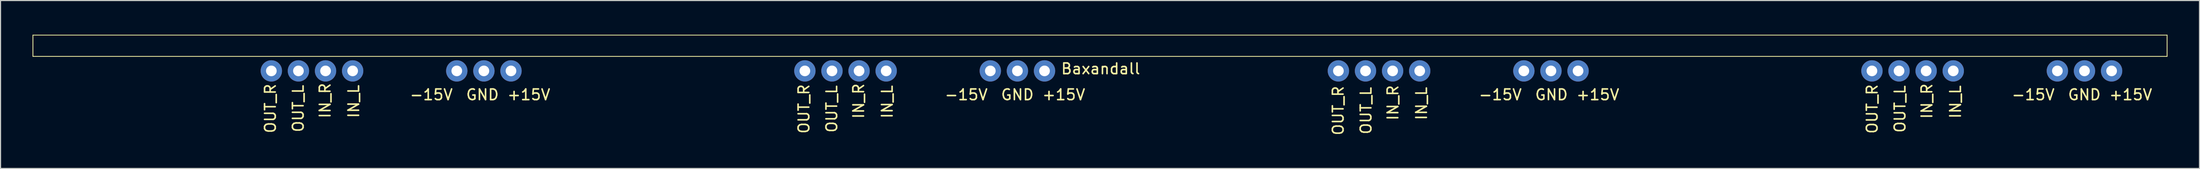
<source format=kicad_pcb>
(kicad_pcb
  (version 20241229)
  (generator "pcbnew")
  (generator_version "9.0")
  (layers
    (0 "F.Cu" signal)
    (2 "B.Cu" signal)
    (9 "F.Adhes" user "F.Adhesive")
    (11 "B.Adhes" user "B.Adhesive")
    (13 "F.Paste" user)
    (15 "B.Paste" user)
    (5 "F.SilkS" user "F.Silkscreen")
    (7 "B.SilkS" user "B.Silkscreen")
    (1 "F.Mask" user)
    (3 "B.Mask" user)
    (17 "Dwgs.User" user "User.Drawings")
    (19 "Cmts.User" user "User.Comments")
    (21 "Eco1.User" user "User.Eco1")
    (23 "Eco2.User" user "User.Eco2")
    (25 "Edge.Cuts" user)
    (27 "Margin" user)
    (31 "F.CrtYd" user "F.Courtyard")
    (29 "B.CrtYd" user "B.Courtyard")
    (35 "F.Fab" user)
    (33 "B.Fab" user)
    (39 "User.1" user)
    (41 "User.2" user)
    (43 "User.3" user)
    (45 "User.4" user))
  (footprint "Baxandall"
    (layer "F.Cu")
    (at 100.037 0.25)
    (property "Reference" "Baxandall" (at 0.06 3.16 0) (layer "F.SilkS") (effects (font (size 1 1) (thickness 0.15))))
    (attr through_hole)
    (fp_line (start -100 0) (end -100 2) (stroke (width 0.075) (type solid)) (layer "F.SilkS"))
    (fp_line (start -100 0) (end 100 0) (stroke (width 0.075) (type solid)) (layer "F.SilkS"))
    (fp_line (start -100 2) (end 100 2) (stroke (width 0.075) (type solid)) (layer "F.SilkS"))
    (fp_line (start 100 0) (end 100 2) (stroke (width 0.075) (type solid)) (layer "F.SilkS"))
    (fp_text user "-15V" (at 37.51 5.6 0) (layer "F.SilkS") (effects (font (size 1 1) (thickness 0.15))))
    (fp_text user "OUT_R" (at -77.75 6.89 90) (layer "F.SilkS") (effects (font (size 1 1) (thickness 0.15))))
    (fp_text user "IN_L" (at -19.94 6.26 90) (layer "F.SilkS") (effects (font (size 1 1) (thickness 0.15))))
    (fp_text user "IN_L" (at 30.13 6.42 90) (layer "F.SilkS") (effects (font (size 1 1) (thickness 0.15))))
    (fp_text user "-15V" (at -62.67 5.6 0) (layer "F.SilkS") (effects (font (size 1 1) (thickness 0.15))))
    (fp_text user "+15V" (at -53.53 5.6 0) (layer "F.SilkS") (effects (font (size 1 1) (thickness 0.15))))
    (fp_text user "IN_R" (at -72.62 6.15 90) (layer "F.SilkS") (effects (font (size 1 1) (thickness 0.15))))
    (fp_text user "GND" (at -7.74 5.6 0) (layer "F.SilkS") (effects (font (size 1 1) (thickness 0.15))))
    (fp_text user "OUT_R" (at 22.32 7.09 90) (layer "F.SilkS") (effects (font (size 1 1) (thickness 0.15))))
    (fp_text user "+15V" (at -3.4 5.6 0) (layer "F.SilkS") (effects (font (size 1 1) (thickness 0.15))))
    (fp_text user "GND" (at 92.25 5.6 0) (layer "F.SilkS") (effects (font (size 1 1) (thickness 0.15))))
    (fp_text user "OUT_L" (at 74.97 6.94 90) (layer "F.SilkS") (effects (font (size 1 1) (thickness 0.15))))
    (fp_text user "IN_R" (at -22.62 6.19 90) (layer "F.SilkS") (effects (font (size 1 1) (thickness 0.15))))
    (fp_text user "-15V" (at -12.54 5.6 0) (layer "F.SilkS") (effects (font (size 1 1) (thickness 0.15))))
    (fp_text user "OUT_L" (at 24.93 7.09 90) (layer "F.SilkS") (effects (font (size 1 1) (thickness 0.15))))
    (fp_text user "IN_L" (at 80.17 6.27 90) (layer "F.SilkS") (effects (font (size 1 1) (thickness 0.15))))
    (fp_text user "GND" (at 42.31 5.6 0) (layer "F.SilkS") (effects (font (size 1 1) (thickness 0.15))))
    (fp_text user "-15V" (at 87.45 5.6 0) (layer "F.SilkS") (effects (font (size 1 1) (thickness 0.15))))
    (fp_text user "OUT_L" (at -75.14 6.89 90) (layer "F.SilkS") (effects (font (size 1 1) (thickness 0.15))))
    (fp_text user "OUT_R" (at 72.36 6.94 90) (layer "F.SilkS") (effects (font (size 1 1) (thickness 0.15))))
    (fp_text user "+15V" (at 46.65 5.6 0) (layer "F.SilkS") (effects (font (size 1 1) (thickness 0.15))))
    (fp_text user "OUT_L" (at -25.14 6.93 90) (layer "F.SilkS") (effects (font (size 1 1) (thickness 0.15))))
    (fp_text user "+15V" (at 96.59 5.6 0) (layer "F.SilkS") (effects (font (size 1 1) (thickness 0.15))))
    (fp_text user "IN_L" (at -69.94 6.22 90) (layer "F.SilkS") (effects (font (size 1 1) (thickness 0.15))))
    (fp_text user "GND" (at -57.87 5.6 0) (layer "F.SilkS") (effects (font (size 1 1) (thickness 0.15))))
    (fp_text user "IN_R" (at 27.45 6.35 90) (layer "F.SilkS") (effects (font (size 1 1) (thickness 0.15))))
    (fp_text user "IN_R" (at 77.49 6.2 90) (layer "F.SilkS") (effects (font (size 1 1) (thickness 0.15))))
    (fp_text user "OUT_R" (at -27.75 6.93 90) (layer "F.SilkS") (effects (font (size 1 1) (thickness 0.15))))
    (pad "1" thru_hole circle (at -55.2 3.36) (size 2 2) (drill 1) (layers "*.Cu" "*.Mask"))
    (pad "2" thru_hole circle (at -57.74 3.36) (size 2 2) (drill 1) (layers "*.Cu" "*.Mask"))
    (pad "3" thru_hole circle (at -60.28 3.36) (size 2 2) (drill 1) (layers "*.Cu" "*.Mask"))
    (pad "4" thru_hole circle (at -70.039 3.36) (size 2 2) (drill 1) (layers "*.Cu" "*.Mask"))
    (pad "5" thru_hole circle (at -72.579 3.36) (size 2 2) (drill 1) (layers "*.Cu" "*.Mask"))
    (pad "6" thru_hole circle (at -75.119 3.36) (size 2 2) (drill 1) (layers "*.Cu" "*.Mask"))
    (pad "7" thru_hole circle (at -77.659 3.36) (size 2 2) (drill 1) (layers "*.Cu" "*.Mask"))
    (pad "8" thru_hole circle (at -5.2 3.36) (size 2 2) (drill 1) (layers "*.Cu" "*.Mask"))
    (pad "9" thru_hole circle (at -7.74 3.36) (size 2 2) (drill 1) (layers "*.Cu" "*.Mask"))
    (pad "10" thru_hole circle (at -10.28 3.36) (size 2 2) (drill 1) (layers "*.Cu" "*.Mask"))
    (pad "11" thru_hole circle (at -20.039 3.36) (size 2 2) (drill 1) (layers "*.Cu" "*.Mask"))
    (pad "12" thru_hole circle (at -22.579 3.36) (size 2 2) (drill 1) (layers "*.Cu" "*.Mask"))
    (pad "13" thru_hole circle (at -25.119 3.36) (size 2 2) (drill 1) (layers "*.Cu" "*.Mask"))
    (pad "14" thru_hole circle (at -27.659 3.36) (size 2 2) (drill 1) (layers "*.Cu" "*.Mask"))
    (pad "15" thru_hole circle (at 44.8 3.36) (size 2 2) (drill 1) (layers "*.Cu" "*.Mask"))
    (pad "16" thru_hole circle (at 42.26 3.36) (size 2 2) (drill 1) (layers "*.Cu" "*.Mask"))
    (pad "17" thru_hole circle (at 39.72 3.36) (size 2 2) (drill 1) (layers "*.Cu" "*.Mask"))
    (pad "18" thru_hole circle (at 29.961 3.36) (size 2 2) (drill 1) (layers "*.Cu" "*.Mask"))
    (pad "19" thru_hole circle (at 27.421 3.36) (size 2 2) (drill 1) (layers "*.Cu" "*.Mask"))
    (pad "20" thru_hole circle (at 24.881 3.36) (size 2 2) (drill 1) (layers "*.Cu" "*.Mask"))
    (pad "21" thru_hole circle (at 22.341 3.36) (size 2 2) (drill 1) (layers "*.Cu" "*.Mask"))
    (pad "22" thru_hole circle (at 94.8 3.36) (size 2 2) (drill 1) (layers "*.Cu" "*.Mask"))
    (pad "23" thru_hole circle (at 92.26 3.36) (size 2 2) (drill 1) (layers "*.Cu" "*.Mask"))
    (pad "24" thru_hole circle (at 89.72 3.36) (size 2 2) (drill 1) (layers "*.Cu" "*.Mask"))
    (pad "25" thru_hole circle (at 79.961 3.36) (size 2 2) (drill 1) (layers "*.Cu" "*.Mask"))
    (pad "26" thru_hole circle (at 77.421 3.36) (size 2 2) (drill 1) (layers "*.Cu" "*.Mask"))
    (pad "27" thru_hole circle (at 74.881 3.36) (size 2 2) (drill 1) (layers "*.Cu" "*.Mask"))
    (pad "28" thru_hole circle (at 72.341 3.36) (size 2 2) (drill 1) (layers "*.Cu" "*.Mask")))
  (gr_rect
    (start -3 -3)
    (end 203.075 12.775)
    (stroke (width 0.1) (type default))
    (fill no)
    (layer "Edge.Cuts")))
</source>
